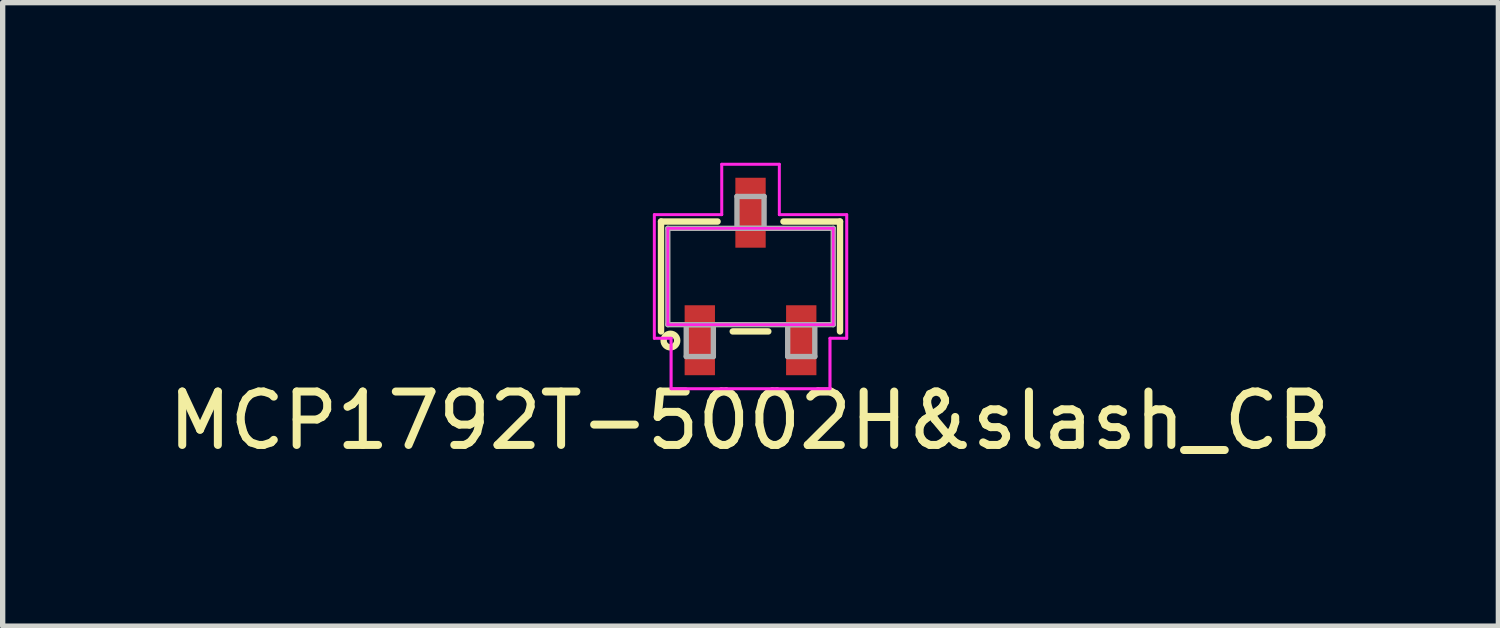
<source format=kicad_pcb>
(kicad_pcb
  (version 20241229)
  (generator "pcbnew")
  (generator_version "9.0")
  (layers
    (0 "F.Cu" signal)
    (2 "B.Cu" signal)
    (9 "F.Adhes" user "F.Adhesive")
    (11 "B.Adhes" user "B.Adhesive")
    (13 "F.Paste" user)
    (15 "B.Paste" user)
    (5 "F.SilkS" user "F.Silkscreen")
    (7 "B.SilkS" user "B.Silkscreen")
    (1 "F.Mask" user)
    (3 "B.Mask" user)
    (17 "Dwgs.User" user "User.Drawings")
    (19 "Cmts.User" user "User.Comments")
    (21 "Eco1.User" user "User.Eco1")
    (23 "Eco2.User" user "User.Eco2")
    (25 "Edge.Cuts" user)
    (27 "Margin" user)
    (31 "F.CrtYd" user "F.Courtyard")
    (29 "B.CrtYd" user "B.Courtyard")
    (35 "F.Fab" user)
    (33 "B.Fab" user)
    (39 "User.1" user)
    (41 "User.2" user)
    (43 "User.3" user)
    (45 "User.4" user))
  (footprint "MCP1792T-5002H&slash_CB"
    (layer "F.Cu")
    (at 11.006 2.128)
    (property "Reference" "MCP1792T-5002H&slash_CB" (at 0 2.7 0) (layer "F.SilkS") (effects (font (size 1 1) (thickness 0.15))))
    (attr through_hole)
    (fp_line (start -1.676 -1.029) (end -1.676 1.029) (stroke (width 0.12) (type solid)) (layer "F.SilkS"))
    (fp_line (start -0.617 -1.029) (end -1.676 -1.029) (stroke (width 0.12) (type solid)) (layer "F.SilkS"))
    (fp_line (start -0.333 1.029) (end 0.333 1.029) (stroke (width 0.12) (type solid)) (layer "F.SilkS"))
    (fp_line (start 1.676 -1.029) (end 0.617 -1.029) (stroke (width 0.12) (type solid)) (layer "F.SilkS"))
    (fp_line (start 1.676 1.029) (end 1.676 -1.029) (stroke (width 0.12) (type solid)) (layer "F.SilkS"))
    (fp_circle (center -1.5 1.2) (end -1.373 1.2) (stroke (width 0.12) (type solid)) (fill no) (layer "F.SilkS"))
    (fp_line (start -1.803 -1.156) (end -0.538 -1.156) (stroke (width 0.05) (type solid)) (layer "F.CrtYd"))
    (fp_line (start -1.803 -1.156) (end -0.538 -1.156) (stroke (width 0.05) (type solid)) (layer "F.CrtYd"))
    (fp_line (start -1.803 1.156) (end -1.803 -1.156) (stroke (width 0.05) (type solid)) (layer "F.CrtYd"))
    (fp_line (start -1.803 1.156) (end -1.803 -1.156) (stroke (width 0.05) (type solid)) (layer "F.CrtYd"))
    (fp_line (start -1.803 1.156) (end -1.488 1.156) (stroke (width 0.05) (type solid)) (layer "F.CrtYd"))
    (fp_line (start -1.549 -0.902) (end 1.549 -0.902) (stroke (width 0.05) (type solid)) (layer "F.CrtYd"))
    (fp_line (start -1.549 0.902) (end -1.549 -0.902) (stroke (width 0.05) (type solid)) (layer "F.CrtYd"))
    (fp_line (start -1.488 1.156) (end -1.803 1.156) (stroke (width 0.05) (type solid)) (layer "F.CrtYd"))
    (fp_line (start -1.488 1.156) (end -1.488 2.103) (stroke (width 0.05) (type solid)) (layer "F.CrtYd"))
    (fp_line (start -1.488 2.103) (end -1.488 1.156) (stroke (width 0.05) (type solid)) (layer "F.CrtYd"))
    (fp_line (start -1.488 2.103) (end 1.488 2.103) (stroke (width 0.05) (type solid)) (layer "F.CrtYd"))
    (fp_line (start -0.538 -2.103) (end 0.538 -2.103) (stroke (width 0.05) (type solid)) (layer "F.CrtYd"))
    (fp_line (start -0.538 -2.103) (end 0.538 -2.103) (stroke (width 0.05) (type solid)) (layer "F.CrtYd"))
    (fp_line (start -0.538 -1.156) (end -0.538 -2.103) (stroke (width 0.05) (type solid)) (layer "F.CrtYd"))
    (fp_line (start -0.538 -1.156) (end -0.538 -2.103) (stroke (width 0.05) (type solid)) (layer "F.CrtYd"))
    (fp_line (start 0.538 -2.103) (end 0.538 -1.156) (stroke (width 0.05) (type solid)) (layer "F.CrtYd"))
    (fp_line (start 0.538 -1.156) (end 0.538 -2.103) (stroke (width 0.05) (type solid)) (layer "F.CrtYd"))
    (fp_line (start 0.538 -1.156) (end 1.803 -1.156) (stroke (width 0.05) (type solid)) (layer "F.CrtYd"))
    (fp_line (start 1.488 1.156) (end 1.488 2.103) (stroke (width 0.05) (type solid)) (layer "F.CrtYd"))
    (fp_line (start 1.488 1.156) (end 1.488 2.103) (stroke (width 0.05) (type solid)) (layer "F.CrtYd"))
    (fp_line (start 1.488 2.103) (end -1.488 2.103) (stroke (width 0.05) (type solid)) (layer "F.CrtYd"))
    (fp_line (start 1.549 -0.902) (end 1.549 0.902) (stroke (width 0.05) (type solid)) (layer "F.CrtYd"))
    (fp_line (start 1.549 0.902) (end -1.549 0.902) (stroke (width 0.05) (type solid)) (layer "F.CrtYd"))
    (fp_line (start 1.803 -1.156) (end 0.538 -1.156) (stroke (width 0.05) (type solid)) (layer "F.CrtYd"))
    (fp_line (start 1.803 -1.156) (end 1.803 1.156) (stroke (width 0.05) (type solid)) (layer "F.CrtYd"))
    (fp_line (start 1.803 -1.156) (end 1.803 1.156) (stroke (width 0.05) (type solid)) (layer "F.CrtYd"))
    (fp_line (start 1.803 1.156) (end 1.488 1.156) (stroke (width 0.05) (type solid)) (layer "F.CrtYd"))
    (fp_line (start 1.803 1.156) (end 1.488 1.156) (stroke (width 0.05) (type solid)) (layer "F.CrtYd"))
    (fp_line (start -1.549 -0.902) (end -1.549 0.902) (stroke (width 0.1) (type solid)) (layer "F.Fab"))
    (fp_line (start -1.549 0.902) (end 1.549 0.902) (stroke (width 0.1) (type solid)) (layer "F.Fab"))
    (fp_line (start -1.204 0.902) (end -1.204 1.499) (stroke (width 0.1) (type solid)) (layer "F.Fab"))
    (fp_line (start -1.204 1.499) (end -0.696 1.499) (stroke (width 0.1) (type solid)) (layer "F.Fab"))
    (fp_line (start -0.696 0.902) (end -1.204 0.902) (stroke (width 0.1) (type solid)) (layer "F.Fab"))
    (fp_line (start -0.696 1.499) (end -0.696 0.902) (stroke (width 0.1) (type solid)) (layer "F.Fab"))
    (fp_line (start -0.254 -1.499) (end -0.254 -0.902) (stroke (width 0.1) (type solid)) (layer "F.Fab"))
    (fp_line (start -0.254 -0.902) (end 0.254 -0.902) (stroke (width 0.1) (type solid)) (layer "F.Fab"))
    (fp_line (start 0.254 -1.499) (end -0.254 -1.499) (stroke (width 0.1) (type solid)) (layer "F.Fab"))
    (fp_line (start 0.254 -0.902) (end 0.254 -1.499) (stroke (width 0.1) (type solid)) (layer "F.Fab"))
    (fp_line (start 0.696 0.902) (end 0.696 1.499) (stroke (width 0.1) (type solid)) (layer "F.Fab"))
    (fp_line (start 0.696 1.499) (end 1.204 1.499) (stroke (width 0.1) (type solid)) (layer "F.Fab"))
    (fp_line (start 1.204 0.902) (end 0.696 0.902) (stroke (width 0.1) (type solid)) (layer "F.Fab"))
    (fp_line (start 1.204 1.499) (end 1.204 0.902) (stroke (width 0.1) (type solid)) (layer "F.Fab"))
    (fp_line (start 1.549 -0.902) (end -1.549 -0.902) (stroke (width 0.1) (type solid)) (layer "F.Fab"))
    (fp_line (start 1.549 0.902) (end 1.549 -0.902) (stroke (width 0.1) (type solid)) (layer "F.Fab"))
    (pad "1" smd rect (at -0.95 1.194) (size 0.568 1.31) (layers "F.Cu" "F.Mask" "F.Paste"))
    (pad "2" smd rect (at 0.95 1.194) (size 0.568 1.31) (layers "F.Cu" "F.Mask" "F.Paste"))
    (pad "3" smd rect (at 0 -1.194) (size 0.568 1.31) (layers "F.Cu" "F.Mask" "F.Paste")))
  (gr_rect
    (start -3 -3)
    (end 25.012 8.676)
    (stroke (width 0.1) (type default))
    (fill no)
    (layer "Edge.Cuts")))
</source>
